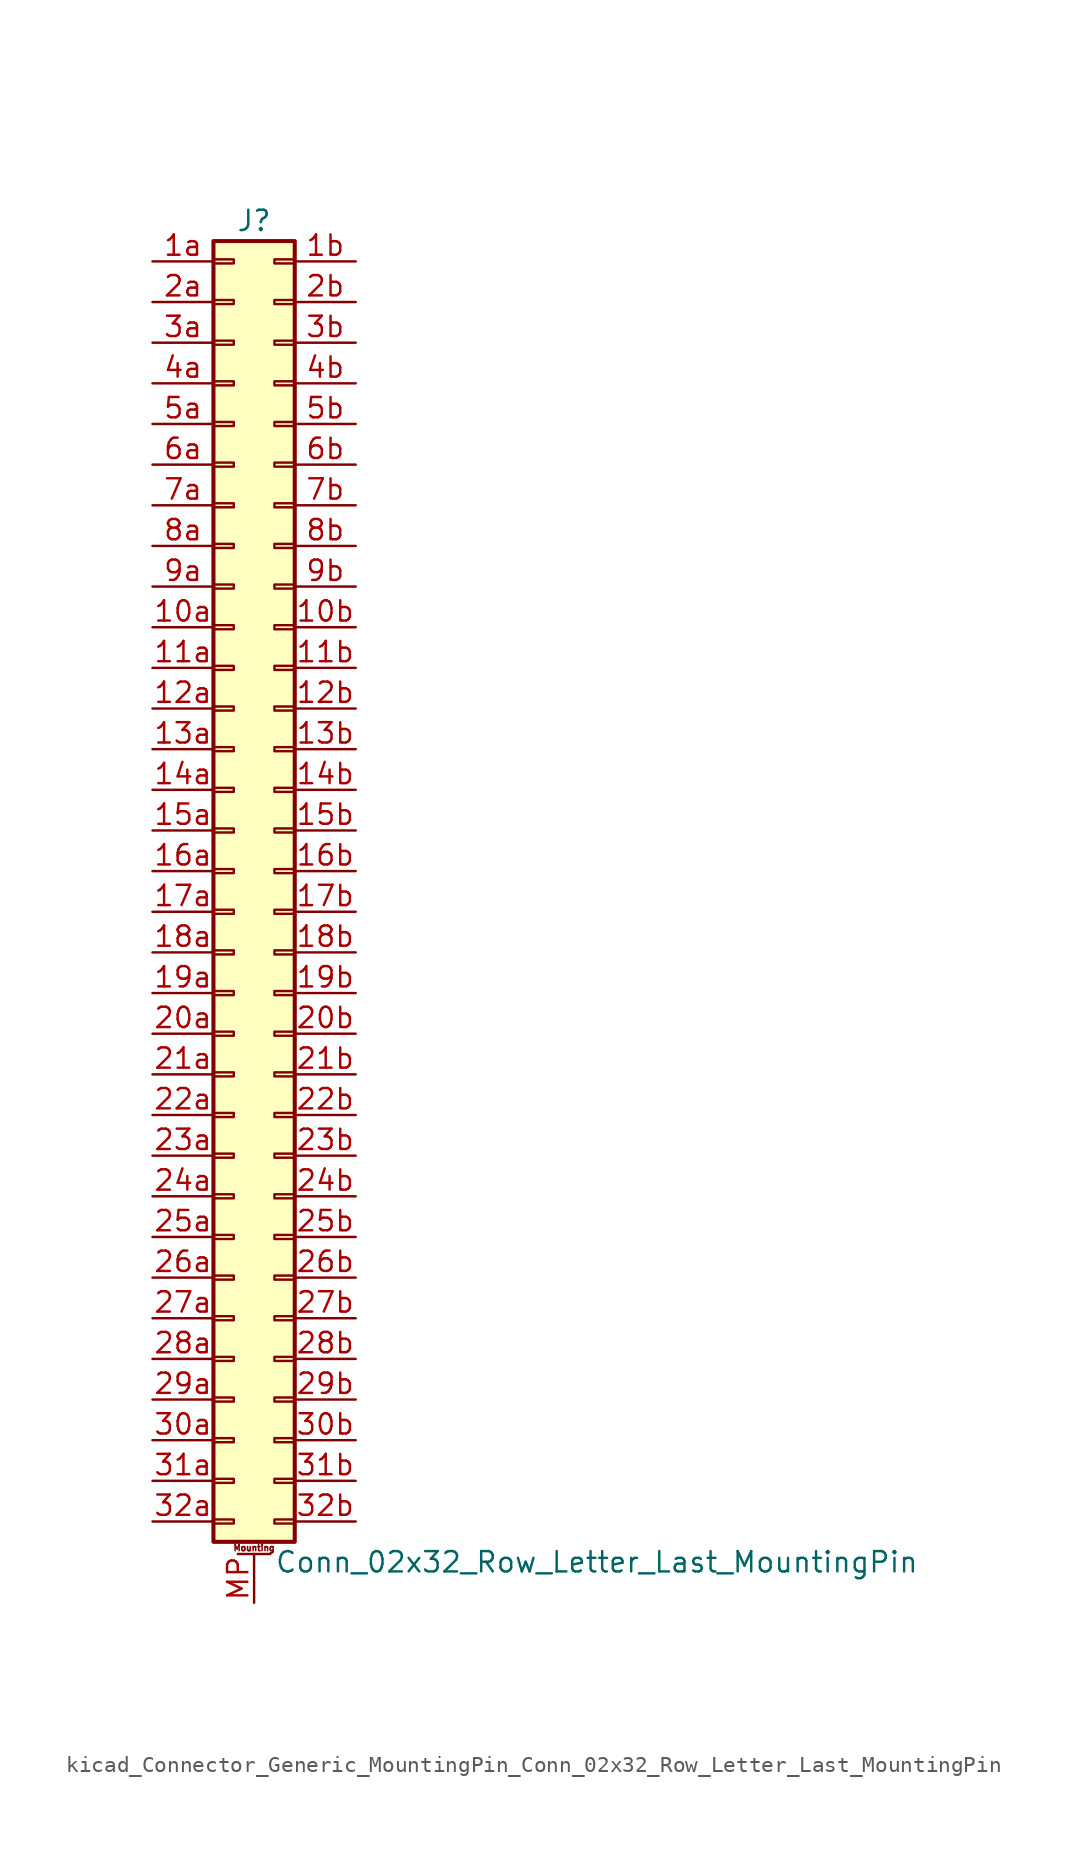
<source format=kicad_sym>
(kicad_symbol_lib
  (version 20220914)
  (generator kicad_symbol_editor)
  (symbol "kicad_Connector_Generic_MountingPin_Conn_02x32_Row_Letter_Last_MountingPin"
    (pin_names
      (offset 1.016) hide)
    (property "Reference" "J"
      (at 1.27 40.64 0)
      (effects (font (size 1.27 1.27))))
    (property "Value" "Conn_02x32_Row_Letter_Last_MountingPin"
      (at 2.54 -43.18 0)
      (effects (font (size 1.27 1.27)) (justify left)))
    (symbol "kicad_Connector_Generic_MountingPin_Conn_02x32_Row_Letter_Last_MountingPin_1_1"
      (rectangle (start -1.27 -40.513) (end 0 -40.767) (stroke (width 0.152) (type default)) (fill (type none)))
      (rectangle (start -1.27 -37.973) (end 0 -38.227) (stroke (width 0.152) (type default)) (fill (type none)))
      (rectangle (start -1.27 -35.433) (end 0 -35.687) (stroke (width 0.152) (type default)) (fill (type none)))
      (rectangle (start -1.27 -32.893) (end 0 -33.147) (stroke (width 0.152) (type default)) (fill (type none)))
      (rectangle (start -1.27 -30.353) (end 0 -30.607) (stroke (width 0.152) (type default)) (fill (type none)))
      (rectangle (start -1.27 -27.813) (end 0 -28.067) (stroke (width 0.152) (type default)) (fill (type none)))
      (rectangle (start -1.27 -25.273) (end 0 -25.527) (stroke (width 0.152) (type default)) (fill (type none)))
      (rectangle (start -1.27 -22.733) (end 0 -22.987) (stroke (width 0.152) (type default)) (fill (type none)))
      (rectangle (start -1.27 -20.193) (end 0 -20.447) (stroke (width 0.152) (type default)) (fill (type none)))
      (rectangle (start -1.27 -17.653) (end 0 -17.907) (stroke (width 0.152) (type default)) (fill (type none)))
      (rectangle (start -1.27 -15.113) (end 0 -15.367) (stroke (width 0.152) (type default)) (fill (type none)))
      (rectangle (start -1.27 -12.573) (end 0 -12.827) (stroke (width 0.152) (type default)) (fill (type none)))
      (rectangle (start -1.27 -10.033) (end 0 -10.287) (stroke (width 0.152) (type default)) (fill (type none)))
      (rectangle (start -1.27 -7.493) (end 0 -7.747) (stroke (width 0.152) (type default)) (fill (type none)))
      (rectangle (start -1.27 -4.953) (end 0 -5.207) (stroke (width 0.152) (type default)) (fill (type none)))
      (rectangle (start -1.27 -2.413) (end 0 -2.667) (stroke (width 0.152) (type default)) (fill (type none)))
      (rectangle (start -1.27 0.127) (end 0 -0.127) (stroke (width 0.152) (type default)) (fill (type none)))
      (rectangle (start -1.27 2.667) (end 0 2.413) (stroke (width 0.152) (type default)) (fill (type none)))
      (rectangle (start -1.27 5.207) (end 0 4.953) (stroke (width 0.152) (type default)) (fill (type none)))
      (rectangle (start -1.27 7.747) (end 0 7.493) (stroke (width 0.152) (type default)) (fill (type none)))
      (rectangle (start -1.27 10.287) (end 0 10.033) (stroke (width 0.152) (type default)) (fill (type none)))
      (rectangle (start -1.27 12.827) (end 0 12.573) (stroke (width 0.152) (type default)) (fill (type none)))
      (rectangle (start -1.27 15.367) (end 0 15.113) (stroke (width 0.152) (type default)) (fill (type none)))
      (rectangle (start -1.27 17.907) (end 0 17.653) (stroke (width 0.152) (type default)) (fill (type none)))
      (rectangle (start -1.27 20.447) (end 0 20.193) (stroke (width 0.152) (type default)) (fill (type none)))
      (rectangle (start -1.27 22.987) (end 0 22.733) (stroke (width 0.152) (type default)) (fill (type none)))
      (rectangle (start -1.27 25.527) (end 0 25.273) (stroke (width 0.152) (type default)) (fill (type none)))
      (rectangle (start -1.27 28.067) (end 0 27.813) (stroke (width 0.152) (type default)) (fill (type none)))
      (rectangle (start -1.27 30.607) (end 0 30.353) (stroke (width 0.152) (type default)) (fill (type none)))
      (rectangle (start -1.27 33.147) (end 0 32.893) (stroke (width 0.152) (type default)) (fill (type none)))
      (rectangle (start -1.27 35.687) (end 0 35.433) (stroke (width 0.152) (type default)) (fill (type none)))
      (rectangle (start -1.27 38.227) (end 0 37.973) (stroke (width 0.152) (type default)) (fill (type none)))
      (rectangle (start -1.27 39.37) (end 3.81 -41.91) (stroke (width 0.254) (type default)) (fill (type background)))
      (polyline (pts (xy 0.254 -42.672) (xy 2.286 -42.672)) (stroke (width 0.152) (type default)) (fill (type none)))
      (rectangle (start 3.81 -40.513) (end 2.54 -40.767) (stroke (width 0.152) (type default)) (fill (type none)))
      (rectangle (start 3.81 -37.973) (end 2.54 -38.227) (stroke (width 0.152) (type default)) (fill (type none)))
      (rectangle (start 3.81 -35.433) (end 2.54 -35.687) (stroke (width 0.152) (type default)) (fill (type none)))
      (rectangle (start 3.81 -32.893) (end 2.54 -33.147) (stroke (width 0.152) (type default)) (fill (type none)))
      (rectangle (start 3.81 -30.353) (end 2.54 -30.607) (stroke (width 0.152) (type default)) (fill (type none)))
      (rectangle (start 3.81 -27.813) (end 2.54 -28.067) (stroke (width 0.152) (type default)) (fill (type none)))
      (rectangle (start 3.81 -25.273) (end 2.54 -25.527) (stroke (width 0.152) (type default)) (fill (type none)))
      (rectangle (start 3.81 -22.733) (end 2.54 -22.987) (stroke (width 0.152) (type default)) (fill (type none)))
      (rectangle (start 3.81 -20.193) (end 2.54 -20.447) (stroke (width 0.152) (type default)) (fill (type none)))
      (rectangle (start 3.81 -17.653) (end 2.54 -17.907) (stroke (width 0.152) (type default)) (fill (type none)))
      (rectangle (start 3.81 -15.113) (end 2.54 -15.367) (stroke (width 0.152) (type default)) (fill (type none)))
      (rectangle (start 3.81 -12.573) (end 2.54 -12.827) (stroke (width 0.152) (type default)) (fill (type none)))
      (rectangle (start 3.81 -10.033) (end 2.54 -10.287) (stroke (width 0.152) (type default)) (fill (type none)))
      (rectangle (start 3.81 -7.493) (end 2.54 -7.747) (stroke (width 0.152) (type default)) (fill (type none)))
      (rectangle (start 3.81 -4.953) (end 2.54 -5.207) (stroke (width 0.152) (type default)) (fill (type none)))
      (rectangle (start 3.81 -2.413) (end 2.54 -2.667) (stroke (width 0.152) (type default)) (fill (type none)))
      (rectangle (start 3.81 0.127) (end 2.54 -0.127) (stroke (width 0.152) (type default)) (fill (type none)))
      (rectangle (start 3.81 2.667) (end 2.54 2.413) (stroke (width 0.152) (type default)) (fill (type none)))
      (rectangle (start 3.81 5.207) (end 2.54 4.953) (stroke (width 0.152) (type default)) (fill (type none)))
      (rectangle (start 3.81 7.747) (end 2.54 7.493) (stroke (width 0.152) (type default)) (fill (type none)))
      (rectangle (start 3.81 10.287) (end 2.54 10.033) (stroke (width 0.152) (type default)) (fill (type none)))
      (rectangle (start 3.81 12.827) (end 2.54 12.573) (stroke (width 0.152) (type default)) (fill (type none)))
      (rectangle (start 3.81 15.367) (end 2.54 15.113) (stroke (width 0.152) (type default)) (fill (type none)))
      (rectangle (start 3.81 17.907) (end 2.54 17.653) (stroke (width 0.152) (type default)) (fill (type none)))
      (rectangle (start 3.81 20.447) (end 2.54 20.193) (stroke (width 0.152) (type default)) (fill (type none)))
      (rectangle (start 3.81 22.987) (end 2.54 22.733) (stroke (width 0.152) (type default)) (fill (type none)))
      (rectangle (start 3.81 25.527) (end 2.54 25.273) (stroke (width 0.152) (type default)) (fill (type none)))
      (rectangle (start 3.81 28.067) (end 2.54 27.813) (stroke (width 0.152) (type default)) (fill (type none)))
      (rectangle (start 3.81 30.607) (end 2.54 30.353) (stroke (width 0.152) (type default)) (fill (type none)))
      (rectangle (start 3.81 33.147) (end 2.54 32.893) (stroke (width 0.152) (type default)) (fill (type none)))
      (rectangle (start 3.81 35.687) (end 2.54 35.433) (stroke (width 0.152) (type default)) (fill (type none)))
      (rectangle (start 3.81 38.227) (end 2.54 37.973) (stroke (width 0.152) (type default)) (fill (type none)))
      (text "Mounting" (at 1.27 -42.291 0) (effects (font (size 0.381 0.381))))
      (pin passive line (at -5.08 15.24 0) (length 3.81) (name "Pin_10a" (effects (font (size 1.27 1.27)))) (number "10a" (effects (font (size 1.27 1.27)))))
      (pin passive line (at 7.62 15.24 180) (length 3.81) (name "Pin_10b" (effects (font (size 1.27 1.27)))) (number "10b" (effects (font (size 1.27 1.27)))))
      (pin passive line (at -5.08 12.7 0) (length 3.81) (name "Pin_11a" (effects (font (size 1.27 1.27)))) (number "11a" (effects (font (size 1.27 1.27)))))
      (pin passive line (at 7.62 12.7 180) (length 3.81) (name "Pin_11b" (effects (font (size 1.27 1.27)))) (number "11b" (effects (font (size 1.27 1.27)))))
      (pin passive line (at -5.08 10.16 0) (length 3.81) (name "Pin_12a" (effects (font (size 1.27 1.27)))) (number "12a" (effects (font (size 1.27 1.27)))))
      (pin passive line (at 7.62 10.16 180) (length 3.81) (name "Pin_12b" (effects (font (size 1.27 1.27)))) (number "12b" (effects (font (size 1.27 1.27)))))
      (pin passive line (at -5.08 7.62 0) (length 3.81) (name "Pin_13a" (effects (font (size 1.27 1.27)))) (number "13a" (effects (font (size 1.27 1.27)))))
      (pin passive line (at 7.62 7.62 180) (length 3.81) (name "Pin_13b" (effects (font (size 1.27 1.27)))) (number "13b" (effects (font (size 1.27 1.27)))))
      (pin passive line (at -5.08 5.08 0) (length 3.81) (name "Pin_14a" (effects (font (size 1.27 1.27)))) (number "14a" (effects (font (size 1.27 1.27)))))
      (pin passive line (at 7.62 5.08 180) (length 3.81) (name "Pin_14b" (effects (font (size 1.27 1.27)))) (number "14b" (effects (font (size 1.27 1.27)))))
      (pin passive line (at -5.08 2.54 0) (length 3.81) (name "Pin_15a" (effects (font (size 1.27 1.27)))) (number "15a" (effects (font (size 1.27 1.27)))))
      (pin passive line (at 7.62 2.54 180) (length 3.81) (name "Pin_15b" (effects (font (size 1.27 1.27)))) (number "15b" (effects (font (size 1.27 1.27)))))
      (pin passive line (at -5.08 0 0) (length 3.81) (name "Pin_16a" (effects (font (size 1.27 1.27)))) (number "16a" (effects (font (size 1.27 1.27)))))
      (pin passive line (at 7.62 0 180) (length 3.81) (name "Pin_16b" (effects (font (size 1.27 1.27)))) (number "16b" (effects (font (size 1.27 1.27)))))
      (pin passive line (at -5.08 -2.54 0) (length 3.81) (name "Pin_17a" (effects (font (size 1.27 1.27)))) (number "17a" (effects (font (size 1.27 1.27)))))
      (pin passive line (at 7.62 -2.54 180) (length 3.81) (name "Pin_17b" (effects (font (size 1.27 1.27)))) (number "17b" (effects (font (size 1.27 1.27)))))
      (pin passive line (at -5.08 -5.08 0) (length 3.81) (name "Pin_18a" (effects (font (size 1.27 1.27)))) (number "18a" (effects (font (size 1.27 1.27)))))
      (pin passive line (at 7.62 -5.08 180) (length 3.81) (name "Pin_18b" (effects (font (size 1.27 1.27)))) (number "18b" (effects (font (size 1.27 1.27)))))
      (pin passive line (at -5.08 -7.62 0) (length 3.81) (name "Pin_19a" (effects (font (size 1.27 1.27)))) (number "19a" (effects (font (size 1.27 1.27)))))
      (pin passive line (at 7.62 -7.62 180) (length 3.81) (name "Pin_19b" (effects (font (size 1.27 1.27)))) (number "19b" (effects (font (size 1.27 1.27)))))
      (pin passive line (at -5.08 38.1 0) (length 3.81) (name "Pin_1a" (effects (font (size 1.27 1.27)))) (number "1a" (effects (font (size 1.27 1.27)))))
      (pin passive line (at 7.62 38.1 180) (length 3.81) (name "Pin_1b" (effects (font (size 1.27 1.27)))) (number "1b" (effects (font (size 1.27 1.27)))))
      (pin passive line (at -5.08 -10.16 0) (length 3.81) (name "Pin_20a" (effects (font (size 1.27 1.27)))) (number "20a" (effects (font (size 1.27 1.27)))))
      (pin passive line (at 7.62 -10.16 180) (length 3.81) (name "Pin_20b" (effects (font (size 1.27 1.27)))) (number "20b" (effects (font (size 1.27 1.27)))))
      (pin passive line (at -5.08 -12.7 0) (length 3.81) (name "Pin_21a" (effects (font (size 1.27 1.27)))) (number "21a" (effects (font (size 1.27 1.27)))))
      (pin passive line (at 7.62 -12.7 180) (length 3.81) (name "Pin_21b" (effects (font (size 1.27 1.27)))) (number "21b" (effects (font (size 1.27 1.27)))))
      (pin passive line (at -5.08 -15.24 0) (length 3.81) (name "Pin_22a" (effects (font (size 1.27 1.27)))) (number "22a" (effects (font (size 1.27 1.27)))))
      (pin passive line (at 7.62 -15.24 180) (length 3.81) (name "Pin_22b" (effects (font (size 1.27 1.27)))) (number "22b" (effects (font (size 1.27 1.27)))))
      (pin passive line (at -5.08 -17.78 0) (length 3.81) (name "Pin_23a" (effects (font (size 1.27 1.27)))) (number "23a" (effects (font (size 1.27 1.27)))))
      (pin passive line (at 7.62 -17.78 180) (length 3.81) (name "Pin_23b" (effects (font (size 1.27 1.27)))) (number "23b" (effects (font (size 1.27 1.27)))))
      (pin passive line (at -5.08 -20.32 0) (length 3.81) (name "Pin_24a" (effects (font (size 1.27 1.27)))) (number "24a" (effects (font (size 1.27 1.27)))))
      (pin passive line (at 7.62 -20.32 180) (length 3.81) (name "Pin_24b" (effects (font (size 1.27 1.27)))) (number "24b" (effects (font (size 1.27 1.27)))))
      (pin passive line (at -5.08 -22.86 0) (length 3.81) (name "Pin_25a" (effects (font (size 1.27 1.27)))) (number "25a" (effects (font (size 1.27 1.27)))))
      (pin passive line (at 7.62 -22.86 180) (length 3.81) (name "Pin_25b" (effects (font (size 1.27 1.27)))) (number "25b" (effects (font (size 1.27 1.27)))))
      (pin passive line (at -5.08 -25.4 0) (length 3.81) (name "Pin_26a" (effects (font (size 1.27 1.27)))) (number "26a" (effects (font (size 1.27 1.27)))))
      (pin passive line (at 7.62 -25.4 180) (length 3.81) (name "Pin_26b" (effects (font (size 1.27 1.27)))) (number "26b" (effects (font (size 1.27 1.27)))))
      (pin passive line (at -5.08 -27.94 0) (length 3.81) (name "Pin_27a" (effects (font (size 1.27 1.27)))) (number "27a" (effects (font (size 1.27 1.27)))))
      (pin passive line (at 7.62 -27.94 180) (length 3.81) (name "Pin_27b" (effects (font (size 1.27 1.27)))) (number "27b" (effects (font (size 1.27 1.27)))))
      (pin passive line (at -5.08 -30.48 0) (length 3.81) (name "Pin_28a" (effects (font (size 1.27 1.27)))) (number "28a" (effects (font (size 1.27 1.27)))))
      (pin passive line (at 7.62 -30.48 180) (length 3.81) (name "Pin_28b" (effects (font (size 1.27 1.27)))) (number "28b" (effects (font (size 1.27 1.27)))))
      (pin passive line (at -5.08 -33.02 0) (length 3.81) (name "Pin_29a" (effects (font (size 1.27 1.27)))) (number "29a" (effects (font (size 1.27 1.27)))))
      (pin passive line (at 7.62 -33.02 180) (length 3.81) (name "Pin_29b" (effects (font (size 1.27 1.27)))) (number "29b" (effects (font (size 1.27 1.27)))))
      (pin passive line (at -5.08 35.56 0) (length 3.81) (name "Pin_2a" (effects (font (size 1.27 1.27)))) (number "2a" (effects (font (size 1.27 1.27)))))
      (pin passive line (at 7.62 35.56 180) (length 3.81) (name "Pin_2b" (effects (font (size 1.27 1.27)))) (number "2b" (effects (font (size 1.27 1.27)))))
      (pin passive line (at -5.08 -35.56 0) (length 3.81) (name "Pin_30a" (effects (font (size 1.27 1.27)))) (number "30a" (effects (font (size 1.27 1.27)))))
      (pin passive line (at 7.62 -35.56 180) (length 3.81) (name "Pin_30b" (effects (font (size 1.27 1.27)))) (number "30b" (effects (font (size 1.27 1.27)))))
      (pin passive line (at -5.08 -38.1 0) (length 3.81) (name "Pin_31a" (effects (font (size 1.27 1.27)))) (number "31a" (effects (font (size 1.27 1.27)))))
      (pin passive line (at 7.62 -38.1 180) (length 3.81) (name "Pin_31b" (effects (font (size 1.27 1.27)))) (number "31b" (effects (font (size 1.27 1.27)))))
      (pin passive line (at -5.08 -40.64 0) (length 3.81) (name "Pin_32a" (effects (font (size 1.27 1.27)))) (number "32a" (effects (font (size 1.27 1.27)))))
      (pin passive line (at 7.62 -40.64 180) (length 3.81) (name "Pin_32b" (effects (font (size 1.27 1.27)))) (number "32b" (effects (font (size 1.27 1.27)))))
      (pin passive line (at -5.08 33.02 0) (length 3.81) (name "Pin_3a" (effects (font (size 1.27 1.27)))) (number "3a" (effects (font (size 1.27 1.27)))))
      (pin passive line (at 7.62 33.02 180) (length 3.81) (name "Pin_3b" (effects (font (size 1.27 1.27)))) (number "3b" (effects (font (size 1.27 1.27)))))
      (pin passive line (at -5.08 30.48 0) (length 3.81) (name "Pin_4a" (effects (font (size 1.27 1.27)))) (number "4a" (effects (font (size 1.27 1.27)))))
      (pin passive line (at 7.62 30.48 180) (length 3.81) (name "Pin_4b" (effects (font (size 1.27 1.27)))) (number "4b" (effects (font (size 1.27 1.27)))))
      (pin passive line (at -5.08 27.94 0) (length 3.81) (name "Pin_5a" (effects (font (size 1.27 1.27)))) (number "5a" (effects (font (size 1.27 1.27)))))
      (pin passive line (at 7.62 27.94 180) (length 3.81) (name "Pin_5b" (effects (font (size 1.27 1.27)))) (number "5b" (effects (font (size 1.27 1.27)))))
      (pin passive line (at -5.08 25.4 0) (length 3.81) (name "Pin_6a" (effects (font (size 1.27 1.27)))) (number "6a" (effects (font (size 1.27 1.27)))))
      (pin passive line (at 7.62 25.4 180) (length 3.81) (name "Pin_6b" (effects (font (size 1.27 1.27)))) (number "6b" (effects (font (size 1.27 1.27)))))
      (pin passive line (at -5.08 22.86 0) (length 3.81) (name "Pin_7a" (effects (font (size 1.27 1.27)))) (number "7a" (effects (font (size 1.27 1.27)))))
      (pin passive line (at 7.62 22.86 180) (length 3.81) (name "Pin_7b" (effects (font (size 1.27 1.27)))) (number "7b" (effects (font (size 1.27 1.27)))))
      (pin passive line (at -5.08 20.32 0) (length 3.81) (name "Pin_8a" (effects (font (size 1.27 1.27)))) (number "8a" (effects (font (size 1.27 1.27)))))
      (pin passive line (at 7.62 20.32 180) (length 3.81) (name "Pin_8b" (effects (font (size 1.27 1.27)))) (number "8b" (effects (font (size 1.27 1.27)))))
      (pin passive line (at -5.08 17.78 0) (length 3.81) (name "Pin_9a" (effects (font (size 1.27 1.27)))) (number "9a" (effects (font (size 1.27 1.27)))))
      (pin passive line (at 7.62 17.78 180) (length 3.81) (name "Pin_9b" (effects (font (size 1.27 1.27)))) (number "9b" (effects (font (size 1.27 1.27)))))
      (pin passive line (at 1.27 -45.72 90) (length 3.048) (name "MountPin" (effects (font (size 1.27 1.27)))) (number "MP" (effects (font (size 1.27 1.27))))))))
</source>
